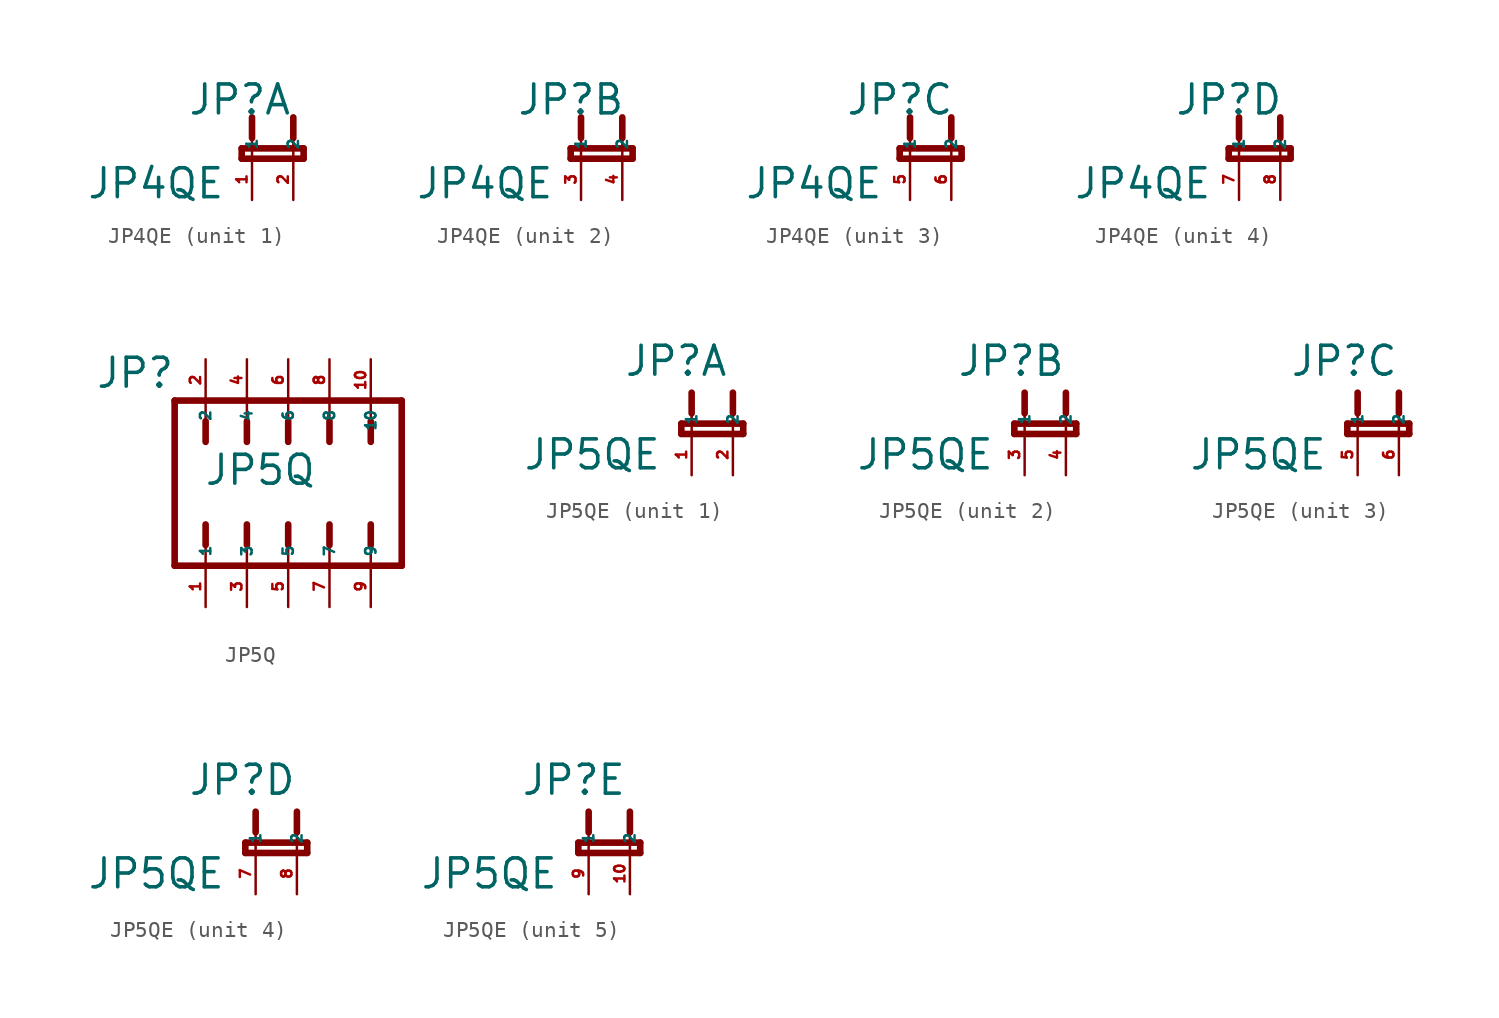
<source format=kicad_sym>
(kicad_symbol_lib
  (version 20220914)
  (generator kicad_symbol_editor)
  (symbol "JP4QE"
    (property "Reference" "JP"
      (at -3.988 2.591 0)
      (effects (font (size 1.778 1.778) (thickness 0.22)) (justify left bottom)))
    (property "Value" "JP4QE"
      (at -10.211 -2.565 0)
      (effects (font (size 1.778 1.778) (thickness 0.22)) (justify left bottom)))
    (symbol "JP4QE_1_0"
      (polyline (pts (xy -0.635 0) (xy 3.175 0)) (stroke (width 0.406) (type default)) (fill (type none)))
      (polyline (pts (xy -0.635 0.635) (xy -0.635 0)) (stroke (width 0.406) (type default)) (fill (type none)))
      (polyline (pts (xy 0 0) (xy 0 1.27)) (stroke (width 0.152) (type default)) (fill (type none)))
      (polyline (pts (xy 0 2.54) (xy 0 1.27)) (stroke (width 0.406) (type default)) (fill (type none)))
      (polyline (pts (xy 2.54 0) (xy 2.54 1.27)) (stroke (width 0.152) (type default)) (fill (type none)))
      (polyline (pts (xy 2.54 2.54) (xy 2.54 1.27)) (stroke (width 0.406) (type default)) (fill (type none)))
      (polyline (pts (xy 3.175 0) (xy 3.175 0.635)) (stroke (width 0.406) (type default)) (fill (type none)))
      (polyline (pts (xy 3.175 0.635) (xy -0.635 0.635)) (stroke (width 0.406) (type default)) (fill (type none)))
      (pin passive line (at 0 -2.54 90) (length 2.54) (name "1" (effects (font (size 0.635 0.635)))) (number "1" (effects (font (size 0.635 0.635)))))
      (pin passive line (at 2.54 -2.54 90) (length 2.54) (name "2" (effects (font (size 0.635 0.635)))) (number "2" (effects (font (size 0.635 0.635))))))
    (symbol "JP4QE_2_0"
      (polyline (pts (xy -0.635 0) (xy 3.175 0)) (stroke (width 0.406) (type default)) (fill (type none)))
      (polyline (pts (xy -0.635 0.635) (xy -0.635 0)) (stroke (width 0.406) (type default)) (fill (type none)))
      (polyline (pts (xy 0 0) (xy 0 1.27)) (stroke (width 0.152) (type default)) (fill (type none)))
      (polyline (pts (xy 0 2.54) (xy 0 1.27)) (stroke (width 0.406) (type default)) (fill (type none)))
      (polyline (pts (xy 2.54 0) (xy 2.54 1.27)) (stroke (width 0.152) (type default)) (fill (type none)))
      (polyline (pts (xy 2.54 2.54) (xy 2.54 1.27)) (stroke (width 0.406) (type default)) (fill (type none)))
      (polyline (pts (xy 3.175 0) (xy 3.175 0.635)) (stroke (width 0.406) (type default)) (fill (type none)))
      (polyline (pts (xy 3.175 0.635) (xy -0.635 0.635)) (stroke (width 0.406) (type default)) (fill (type none)))
      (pin passive line (at 0 -2.54 90) (length 2.54) (name "1" (effects (font (size 0.635 0.635)))) (number "3" (effects (font (size 0.635 0.635)))))
      (pin passive line (at 2.54 -2.54 90) (length 2.54) (name "2" (effects (font (size 0.635 0.635)))) (number "4" (effects (font (size 0.635 0.635))))))
    (symbol "JP4QE_3_0"
      (polyline (pts (xy -0.635 0) (xy 3.175 0)) (stroke (width 0.406) (type default)) (fill (type none)))
      (polyline (pts (xy -0.635 0.635) (xy -0.635 0)) (stroke (width 0.406) (type default)) (fill (type none)))
      (polyline (pts (xy 0 0) (xy 0 1.27)) (stroke (width 0.152) (type default)) (fill (type none)))
      (polyline (pts (xy 0 2.54) (xy 0 1.27)) (stroke (width 0.406) (type default)) (fill (type none)))
      (polyline (pts (xy 2.54 0) (xy 2.54 1.27)) (stroke (width 0.152) (type default)) (fill (type none)))
      (polyline (pts (xy 2.54 2.54) (xy 2.54 1.27)) (stroke (width 0.406) (type default)) (fill (type none)))
      (polyline (pts (xy 3.175 0) (xy 3.175 0.635)) (stroke (width 0.406) (type default)) (fill (type none)))
      (polyline (pts (xy 3.175 0.635) (xy -0.635 0.635)) (stroke (width 0.406) (type default)) (fill (type none)))
      (pin passive line (at 0 -2.54 90) (length 2.54) (name "1" (effects (font (size 0.635 0.635)))) (number "5" (effects (font (size 0.635 0.635)))))
      (pin passive line (at 2.54 -2.54 90) (length 2.54) (name "2" (effects (font (size 0.635 0.635)))) (number "6" (effects (font (size 0.635 0.635))))))
    (symbol "JP4QE_4_0"
      (polyline (pts (xy -0.635 0) (xy 3.175 0)) (stroke (width 0.406) (type default)) (fill (type none)))
      (polyline (pts (xy -0.635 0.635) (xy -0.635 0)) (stroke (width 0.406) (type default)) (fill (type none)))
      (polyline (pts (xy 0 0) (xy 0 1.27)) (stroke (width 0.152) (type default)) (fill (type none)))
      (polyline (pts (xy 0 2.54) (xy 0 1.27)) (stroke (width 0.406) (type default)) (fill (type none)))
      (polyline (pts (xy 2.54 0) (xy 2.54 1.27)) (stroke (width 0.152) (type default)) (fill (type none)))
      (polyline (pts (xy 2.54 2.54) (xy 2.54 1.27)) (stroke (width 0.406) (type default)) (fill (type none)))
      (polyline (pts (xy 3.175 0) (xy 3.175 0.635)) (stroke (width 0.406) (type default)) (fill (type none)))
      (polyline (pts (xy 3.175 0.635) (xy -0.635 0.635)) (stroke (width 0.406) (type default)) (fill (type none)))
      (pin passive line (at 0 -2.54 90) (length 2.54) (name "1" (effects (font (size 0.635 0.635)))) (number "7" (effects (font (size 0.635 0.635)))))
      (pin passive line (at 2.54 -2.54 90) (length 2.54) (name "2" (effects (font (size 0.635 0.635)))) (number "8" (effects (font (size 0.635 0.635)))))))
  (symbol "JP5Q"
    (property "Reference" "JP"
      (at -11.887 5.74 0)
      (effects (font (size 1.778 1.778) (thickness 0.22)) (justify left bottom)))
    (property "Value" "JP5Q"
      (at -5.207 -0.229 0)
      (effects (font (size 1.778 1.778) (thickness 0.22)) (justify left bottom)))
    (symbol "JP5Q_1_1"
      (polyline (pts (xy -6.985 -5.08) (xy 6.985 -5.08)) (stroke (width 0.406) (type default)) (fill (type none)))
      (polyline (pts (xy -6.985 5.08) (xy -6.985 -5.08)) (stroke (width 0.406) (type default)) (fill (type none)))
      (polyline (pts (xy -5.08 -3.81) (xy -5.08 -5.08)) (stroke (width 0.152) (type default)) (fill (type none)))
      (polyline (pts (xy -5.08 -2.54) (xy -5.08 -3.81)) (stroke (width 0.406) (type default)) (fill (type none)))
      (polyline (pts (xy -5.08 2.54) (xy -5.08 3.81)) (stroke (width 0.406) (type default)) (fill (type none)))
      (polyline (pts (xy -5.08 3.81) (xy -5.08 5.08)) (stroke (width 0.152) (type default)) (fill (type none)))
      (polyline (pts (xy -2.54 -3.81) (xy -2.54 -5.08)) (stroke (width 0.152) (type default)) (fill (type none)))
      (polyline (pts (xy -2.54 -2.54) (xy -2.54 -3.81)) (stroke (width 0.406) (type default)) (fill (type none)))
      (polyline (pts (xy -2.54 2.54) (xy -2.54 3.81)) (stroke (width 0.406) (type default)) (fill (type none)))
      (polyline (pts (xy -2.54 3.81) (xy -2.54 5.08)) (stroke (width 0.152) (type default)) (fill (type none)))
      (polyline (pts (xy 0 -3.81) (xy 0 -5.08)) (stroke (width 0.152) (type default)) (fill (type none)))
      (polyline (pts (xy 0 -2.54) (xy 0 -3.81)) (stroke (width 0.406) (type default)) (fill (type none)))
      (polyline (pts (xy 0 2.54) (xy 0 3.81)) (stroke (width 0.406) (type default)) (fill (type none)))
      (polyline (pts (xy 0 3.81) (xy 0 5.08)) (stroke (width 0.152) (type default)) (fill (type none)))
      (polyline (pts (xy 2.54 -3.81) (xy 2.54 -5.08)) (stroke (width 0.152) (type default)) (fill (type none)))
      (polyline (pts (xy 2.54 -2.54) (xy 2.54 -3.81)) (stroke (width 0.406) (type default)) (fill (type none)))
      (polyline (pts (xy 2.54 2.54) (xy 2.54 3.81)) (stroke (width 0.406) (type default)) (fill (type none)))
      (polyline (pts (xy 2.54 3.81) (xy 2.54 5.08)) (stroke (width 0.152) (type default)) (fill (type none)))
      (polyline (pts (xy 5.08 -3.81) (xy 5.08 -5.08)) (stroke (width 0.152) (type default)) (fill (type none)))
      (polyline (pts (xy 5.08 -2.54) (xy 5.08 -3.81)) (stroke (width 0.406) (type default)) (fill (type none)))
      (polyline (pts (xy 5.08 2.54) (xy 5.08 3.81)) (stroke (width 0.406) (type default)) (fill (type none)))
      (polyline (pts (xy 5.08 3.81) (xy 5.08 5.08)) (stroke (width 0.152) (type default)) (fill (type none)))
      (polyline (pts (xy 6.985 -5.08) (xy 6.985 5.08)) (stroke (width 0.406) (type default)) (fill (type none)))
      (polyline (pts (xy 6.985 5.08) (xy -6.985 5.08)) (stroke (width 0.406) (type default)) (fill (type none)))
      (pin passive line (at -5.08 -7.62 90) (length 2.54) (name "1" (effects (font (size 0.635 0.635)))) (number "1" (effects (font (size 0.635 0.635)))))
      (pin passive line (at 5.08 7.62 270) (length 2.54) (name "10" (effects (font (size 0.635 0.635)))) (number "10" (effects (font (size 0.635 0.635)))))
      (pin passive line (at -5.08 7.62 270) (length 2.54) (name "2" (effects (font (size 0.635 0.635)))) (number "2" (effects (font (size 0.635 0.635)))))
      (pin passive line (at -2.54 -7.62 90) (length 2.54) (name "3" (effects (font (size 0.635 0.635)))) (number "3" (effects (font (size 0.635 0.635)))))
      (pin passive line (at -2.54 7.62 270) (length 2.54) (name "4" (effects (font (size 0.635 0.635)))) (number "4" (effects (font (size 0.635 0.635)))))
      (pin passive line (at 0 -7.62 90) (length 2.54) (name "5" (effects (font (size 0.635 0.635)))) (number "5" (effects (font (size 0.635 0.635)))))
      (pin passive line (at 0 7.62 270) (length 2.54) (name "6" (effects (font (size 0.635 0.635)))) (number "6" (effects (font (size 0.635 0.635)))))
      (pin passive line (at 2.54 -7.62 90) (length 2.54) (name "7" (effects (font (size 0.635 0.635)))) (number "7" (effects (font (size 0.635 0.635)))))
      (pin passive line (at 2.54 7.62 270) (length 2.54) (name "8" (effects (font (size 0.635 0.635)))) (number "8" (effects (font (size 0.635 0.635)))))
      (pin passive line (at 5.08 -7.62 90) (length 2.54) (name "9" (effects (font (size 0.635 0.635)))) (number "9" (effects (font (size 0.635 0.635)))))))
  (symbol "JP5QE"
    (property "Reference" "JP"
      (at -4.191 3.454 0)
      (effects (font (size 1.778 1.778) (thickness 0.22)) (justify left bottom)))
    (property "Value" "JP5QE"
      (at -10.414 -2.311 0)
      (effects (font (size 1.778 1.778) (thickness 0.22)) (justify left bottom)))
    (symbol "JP5QE_1_0"
      (polyline (pts (xy -0.635 0) (xy 3.175 0)) (stroke (width 0.406) (type default)) (fill (type none)))
      (polyline (pts (xy -0.635 0.635) (xy -0.635 0)) (stroke (width 0.406) (type default)) (fill (type none)))
      (polyline (pts (xy 0 0) (xy 0 1.27)) (stroke (width 0.152) (type default)) (fill (type none)))
      (polyline (pts (xy 0 2.54) (xy 0 1.27)) (stroke (width 0.406) (type default)) (fill (type none)))
      (polyline (pts (xy 2.54 0) (xy 2.54 1.27)) (stroke (width 0.152) (type default)) (fill (type none)))
      (polyline (pts (xy 2.54 2.54) (xy 2.54 1.27)) (stroke (width 0.406) (type default)) (fill (type none)))
      (polyline (pts (xy 3.175 0) (xy 3.175 0.635)) (stroke (width 0.406) (type default)) (fill (type none)))
      (polyline (pts (xy 3.175 0.635) (xy -0.635 0.635)) (stroke (width 0.406) (type default)) (fill (type none)))
      (pin passive line (at 0 -2.54 90) (length 2.54) (name "1" (effects (font (size 0.635 0.635)))) (number "1" (effects (font (size 0.635 0.635)))))
      (pin passive line (at 2.54 -2.54 90) (length 2.54) (name "2" (effects (font (size 0.635 0.635)))) (number "2" (effects (font (size 0.635 0.635))))))
    (symbol "JP5QE_2_0"
      (polyline (pts (xy -0.635 0) (xy 3.175 0)) (stroke (width 0.406) (type default)) (fill (type none)))
      (polyline (pts (xy -0.635 0.635) (xy -0.635 0)) (stroke (width 0.406) (type default)) (fill (type none)))
      (polyline (pts (xy 0 0) (xy 0 1.27)) (stroke (width 0.152) (type default)) (fill (type none)))
      (polyline (pts (xy 0 2.54) (xy 0 1.27)) (stroke (width 0.406) (type default)) (fill (type none)))
      (polyline (pts (xy 2.54 0) (xy 2.54 1.27)) (stroke (width 0.152) (type default)) (fill (type none)))
      (polyline (pts (xy 2.54 2.54) (xy 2.54 1.27)) (stroke (width 0.406) (type default)) (fill (type none)))
      (polyline (pts (xy 3.175 0) (xy 3.175 0.635)) (stroke (width 0.406) (type default)) (fill (type none)))
      (polyline (pts (xy 3.175 0.635) (xy -0.635 0.635)) (stroke (width 0.406) (type default)) (fill (type none)))
      (pin passive line (at 0 -2.54 90) (length 2.54) (name "1" (effects (font (size 0.635 0.635)))) (number "3" (effects (font (size 0.635 0.635)))))
      (pin passive line (at 2.54 -2.54 90) (length 2.54) (name "2" (effects (font (size 0.635 0.635)))) (number "4" (effects (font (size 0.635 0.635))))))
    (symbol "JP5QE_3_0"
      (polyline (pts (xy -0.635 0) (xy 3.175 0)) (stroke (width 0.406) (type default)) (fill (type none)))
      (polyline (pts (xy -0.635 0.635) (xy -0.635 0)) (stroke (width 0.406) (type default)) (fill (type none)))
      (polyline (pts (xy 0 0) (xy 0 1.27)) (stroke (width 0.152) (type default)) (fill (type none)))
      (polyline (pts (xy 0 2.54) (xy 0 1.27)) (stroke (width 0.406) (type default)) (fill (type none)))
      (polyline (pts (xy 2.54 0) (xy 2.54 1.27)) (stroke (width 0.152) (type default)) (fill (type none)))
      (polyline (pts (xy 2.54 2.54) (xy 2.54 1.27)) (stroke (width 0.406) (type default)) (fill (type none)))
      (polyline (pts (xy 3.175 0) (xy 3.175 0.635)) (stroke (width 0.406) (type default)) (fill (type none)))
      (polyline (pts (xy 3.175 0.635) (xy -0.635 0.635)) (stroke (width 0.406) (type default)) (fill (type none)))
      (pin passive line (at 0 -2.54 90) (length 2.54) (name "1" (effects (font (size 0.635 0.635)))) (number "5" (effects (font (size 0.635 0.635)))))
      (pin passive line (at 2.54 -2.54 90) (length 2.54) (name "2" (effects (font (size 0.635 0.635)))) (number "6" (effects (font (size 0.635 0.635))))))
    (symbol "JP5QE_4_0"
      (polyline (pts (xy -0.635 0) (xy 3.175 0)) (stroke (width 0.406) (type default)) (fill (type none)))
      (polyline (pts (xy -0.635 0.635) (xy -0.635 0)) (stroke (width 0.406) (type default)) (fill (type none)))
      (polyline (pts (xy 0 0) (xy 0 1.27)) (stroke (width 0.152) (type default)) (fill (type none)))
      (polyline (pts (xy 0 2.54) (xy 0 1.27)) (stroke (width 0.406) (type default)) (fill (type none)))
      (polyline (pts (xy 2.54 0) (xy 2.54 1.27)) (stroke (width 0.152) (type default)) (fill (type none)))
      (polyline (pts (xy 2.54 2.54) (xy 2.54 1.27)) (stroke (width 0.406) (type default)) (fill (type none)))
      (polyline (pts (xy 3.175 0) (xy 3.175 0.635)) (stroke (width 0.406) (type default)) (fill (type none)))
      (polyline (pts (xy 3.175 0.635) (xy -0.635 0.635)) (stroke (width 0.406) (type default)) (fill (type none)))
      (pin passive line (at 0 -2.54 90) (length 2.54) (name "1" (effects (font (size 0.635 0.635)))) (number "7" (effects (font (size 0.635 0.635)))))
      (pin passive line (at 2.54 -2.54 90) (length 2.54) (name "2" (effects (font (size 0.635 0.635)))) (number "8" (effects (font (size 0.635 0.635))))))
    (symbol "JP5QE_5_0"
      (polyline (pts (xy -0.635 0) (xy 3.175 0)) (stroke (width 0.406) (type default)) (fill (type none)))
      (polyline (pts (xy -0.635 0.635) (xy -0.635 0)) (stroke (width 0.406) (type default)) (fill (type none)))
      (polyline (pts (xy 0 0) (xy 0 1.27)) (stroke (width 0.152) (type default)) (fill (type none)))
      (polyline (pts (xy 0 2.54) (xy 0 1.27)) (stroke (width 0.406) (type default)) (fill (type none)))
      (polyline (pts (xy 2.54 0) (xy 2.54 1.27)) (stroke (width 0.152) (type default)) (fill (type none)))
      (polyline (pts (xy 2.54 2.54) (xy 2.54 1.27)) (stroke (width 0.406) (type default)) (fill (type none)))
      (polyline (pts (xy 3.175 0) (xy 3.175 0.635)) (stroke (width 0.406) (type default)) (fill (type none)))
      (polyline (pts (xy 3.175 0.635) (xy -0.635 0.635)) (stroke (width 0.406) (type default)) (fill (type none)))
      (pin passive line (at 2.54 -2.54 90) (length 2.54) (name "2" (effects (font (size 0.635 0.635)))) (number "10" (effects (font (size 0.635 0.635)))))
      (pin passive line (at 0 -2.54 90) (length 2.54) (name "1" (effects (font (size 0.635 0.635)))) (number "9" (effects (font (size 0.635 0.635))))))))
</source>
